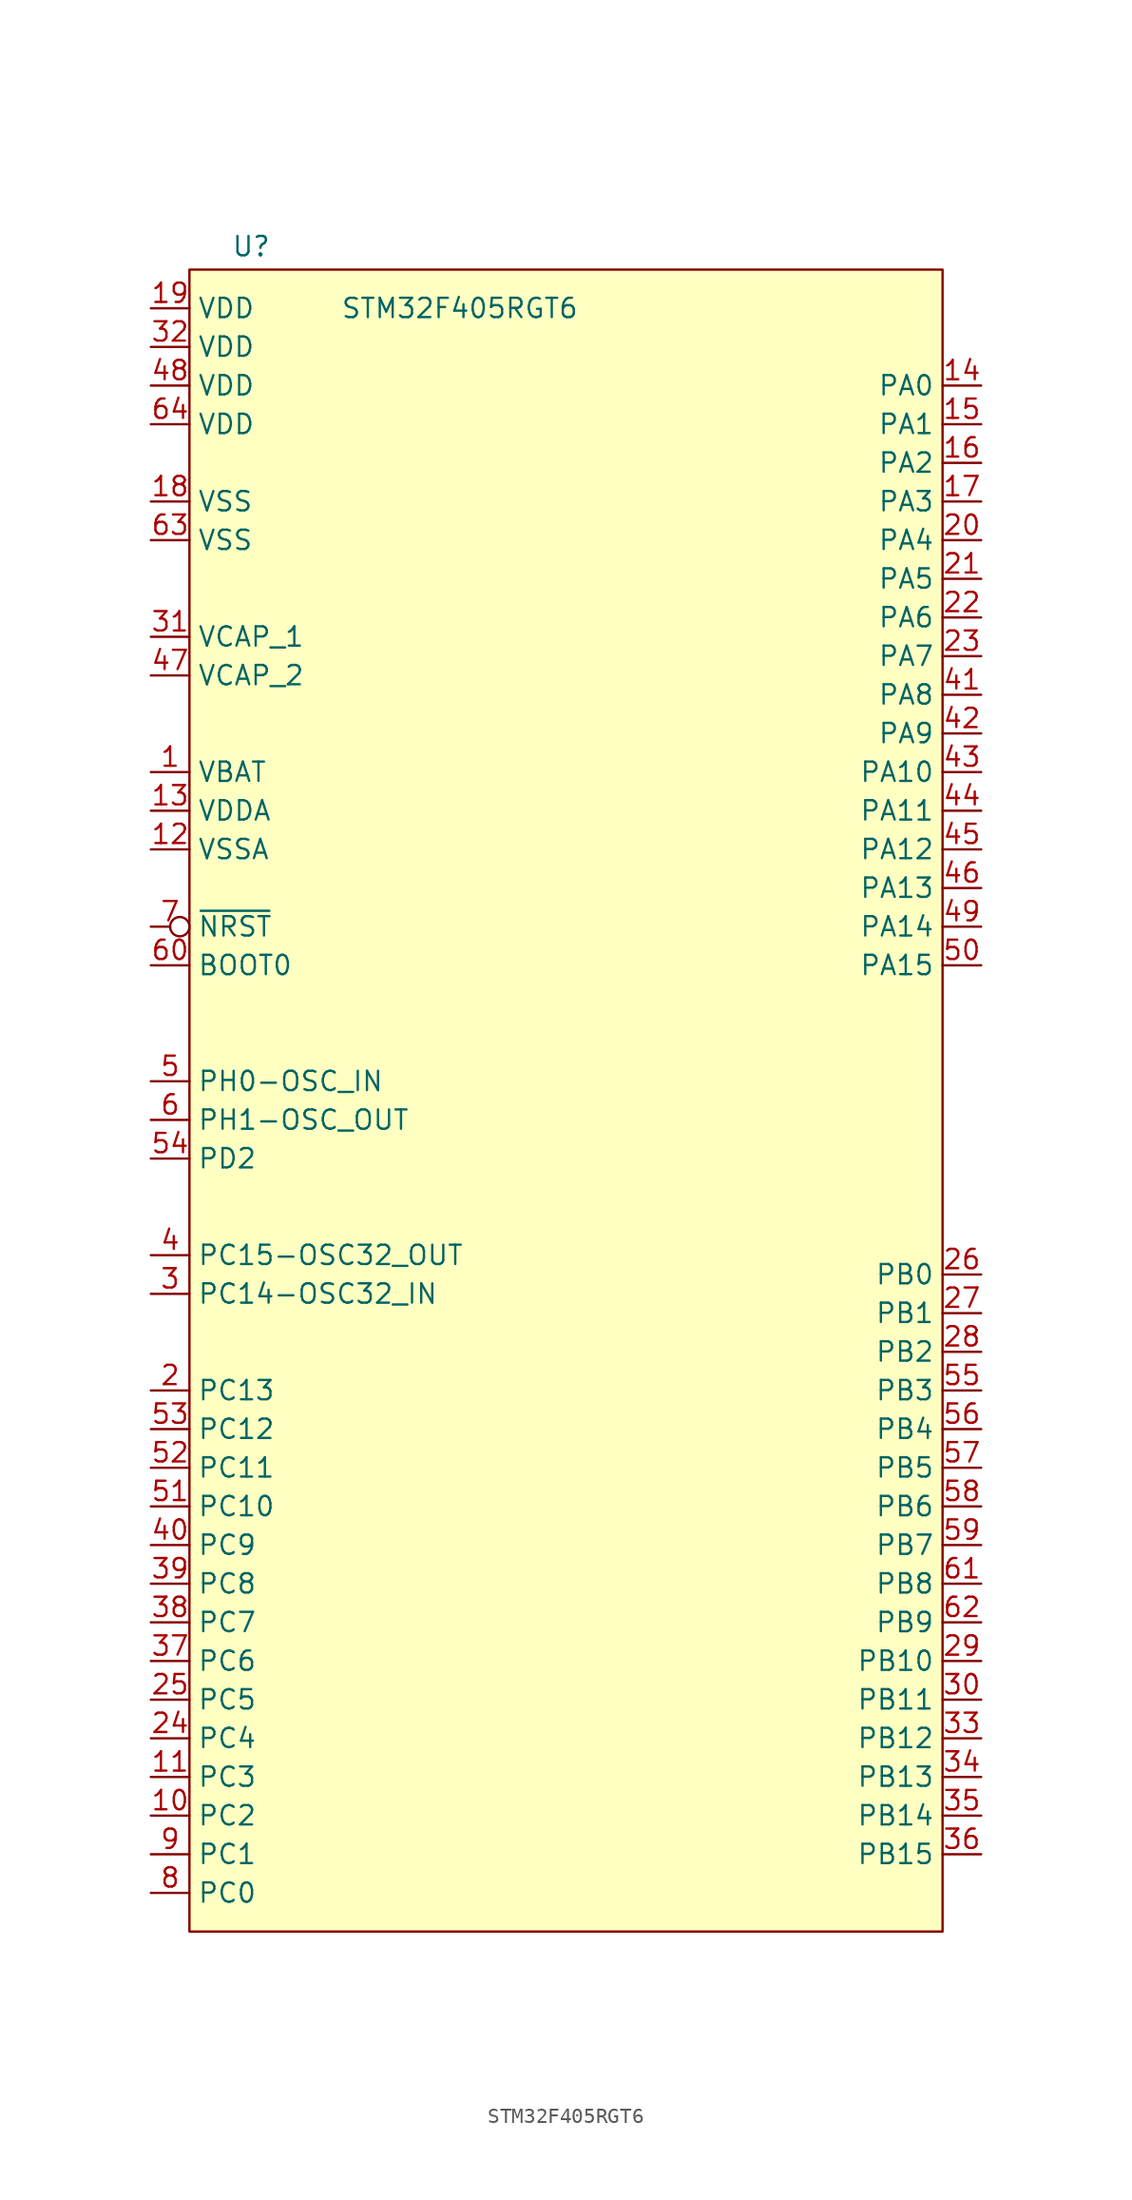
<source format=kicad_sym>
(kicad_symbol_lib
  (version 20241209)
  (generator "kicad_symbol_editor")
  (generator_version "9.0")
  (symbol "STM32F405RGT6"
    (property "Reference" "U"
      (at -23.876 57.404 0)
      (do_not_autoplace)
      (effects (font (size 1.27 1.27))))
    (property "Value" "STM32F405RGT6"
      (at -10.16 53.34 0)
      (do_not_autoplace)
      (effects (font (size 1.27 1.27))))
    (symbol "STM32F405RGT6_1_0"
      (pin unspecified line (at -30.48 53.34 0) (length 2.54) (name "VDD" (effects (font (size 1.27 1.27)))) (number "19" (effects (font (size 1.27 1.27)))))
      (pin unspecified line (at -30.48 50.8 0) (length 2.54) (name "VDD" (effects (font (size 1.27 1.27)))) (number "32" (effects (font (size 1.27 1.27)))))
      (pin unspecified line (at -30.48 48.26 0) (length 2.54) (name "VDD" (effects (font (size 1.27 1.27)))) (number "48" (effects (font (size 1.27 1.27)))))
      (pin unspecified line (at -30.48 45.72 0) (length 2.54) (name "VDD" (effects (font (size 1.27 1.27)))) (number "64" (effects (font (size 1.27 1.27)))))
      (pin unspecified line (at -30.48 40.64 0) (length 2.54) (name "VSS" (effects (font (size 1.27 1.27)))) (number "18" (effects (font (size 1.27 1.27)))))
      (pin unspecified line (at -30.48 38.1 0) (length 2.54) (name "VSS" (effects (font (size 1.27 1.27)))) (number "63" (effects (font (size 1.27 1.27)))))
      (pin unspecified line (at -30.48 31.75 0) (length 2.54) (name "VCAP_1" (effects (font (size 1.27 1.27)))) (number "31" (effects (font (size 1.27 1.27)))))
      (pin unspecified line (at -30.48 29.21 0) (length 2.54) (name "VCAP_2" (effects (font (size 1.27 1.27)))) (number "47" (effects (font (size 1.27 1.27)))))
      (pin unspecified line (at -30.48 22.86 0) (length 2.54) (name "VBAT" (effects (font (size 1.27 1.27)))) (number "1" (effects (font (size 1.27 1.27)))))
      (pin unspecified line (at -30.48 20.32 0) (length 2.54) (name "VDDA" (effects (font (size 1.27 1.27)))) (number "13" (effects (font (size 1.27 1.27)))))
      (pin unspecified line (at -30.48 17.78 0) (length 2.54) (name "VSSA" (effects (font (size 1.27 1.27)))) (number "12" (effects (font (size 1.27 1.27)))))
      (pin unspecified inverted (at -30.48 12.7 0) (length 2.54) (name "~{NRST}" (effects (font (size 1.27 1.27)))) (number "7" (effects (font (size 1.27 1.27)))))
      (pin unspecified line (at -30.48 10.16 0) (length 2.54) (name "BOOT0" (effects (font (size 1.27 1.27)))) (number "60" (effects (font (size 1.27 1.27)))))
      (pin unspecified line (at -30.48 2.54 0) (length 2.54) (name "PH0-OSC_IN" (effects (font (size 1.27 1.27)))) (number "5" (effects (font (size 1.27 1.27)))))
      (pin unspecified line (at -30.48 0 0) (length 2.54) (name "PH1-OSC_OUT" (effects (font (size 1.27 1.27)))) (number "6" (effects (font (size 1.27 1.27)))))
      (pin unspecified line (at -30.48 -2.54 0) (length 2.54) (name "PD2" (effects (font (size 1.27 1.27)))) (number "54" (effects (font (size 1.27 1.27)))))
      (pin unspecified line (at -30.48 -8.89 0) (length 2.54) (name "PC15-OSC32_OUT" (effects (font (size 1.27 1.27)))) (number "4" (effects (font (size 1.27 1.27)))))
      (pin unspecified line (at -30.48 -11.43 0) (length 2.54) (name "PC14-OSC32_IN" (effects (font (size 1.27 1.27)))) (number "3" (effects (font (size 1.27 1.27)))))
      (pin unspecified line (at -30.48 -17.78 0) (length 2.54) (name "PC13" (effects (font (size 1.27 1.27)))) (number "2" (effects (font (size 1.27 1.27)))))
      (pin unspecified line (at -30.48 -20.32 0) (length 2.54) (name "PC12" (effects (font (size 1.27 1.27)))) (number "53" (effects (font (size 1.27 1.27)))))
      (pin unspecified line (at -30.48 -22.86 0) (length 2.54) (name "PC11" (effects (font (size 1.27 1.27)))) (number "52" (effects (font (size 1.27 1.27)))))
      (pin unspecified line (at -30.48 -25.4 0) (length 2.54) (name "PC10" (effects (font (size 1.27 1.27)))) (number "51" (effects (font (size 1.27 1.27)))))
      (pin unspecified line (at -30.48 -27.94 0) (length 2.54) (name "PC9" (effects (font (size 1.27 1.27)))) (number "40" (effects (font (size 1.27 1.27)))))
      (pin unspecified line (at -30.48 -30.48 0) (length 2.54) (name "PC8" (effects (font (size 1.27 1.27)))) (number "39" (effects (font (size 1.27 1.27)))))
      (pin unspecified line (at -30.48 -33.02 0) (length 2.54) (name "PC7" (effects (font (size 1.27 1.27)))) (number "38" (effects (font (size 1.27 1.27)))))
      (pin unspecified line (at -30.48 -35.56 0) (length 2.54) (name "PC6" (effects (font (size 1.27 1.27)))) (number "37" (effects (font (size 1.27 1.27)))))
      (pin unspecified line (at -30.48 -38.1 0) (length 2.54) (name "PC5" (effects (font (size 1.27 1.27)))) (number "25" (effects (font (size 1.27 1.27)))))
      (pin unspecified line (at -30.48 -40.64 0) (length 2.54) (name "PC4" (effects (font (size 1.27 1.27)))) (number "24" (effects (font (size 1.27 1.27)))))
      (pin unspecified line (at -30.48 -43.18 0) (length 2.54) (name "PC3" (effects (font (size 1.27 1.27)))) (number "11" (effects (font (size 1.27 1.27)))))
      (pin unspecified line (at -30.48 -45.72 0) (length 2.54) (name "PC2" (effects (font (size 1.27 1.27)))) (number "10" (effects (font (size 1.27 1.27)))))
      (pin unspecified line (at -30.48 -48.26 0) (length 2.54) (name "PC1" (effects (font (size 1.27 1.27)))) (number "9" (effects (font (size 1.27 1.27)))))
      (pin unspecified line (at -30.48 -50.8 0) (length 2.54) (name "PC0" (effects (font (size 1.27 1.27)))) (number "8" (effects (font (size 1.27 1.27)))))
      (pin unspecified line (at 24.13 48.26 180) (length 2.54) (name "PA0" (effects (font (size 1.27 1.27)))) (number "14" (effects (font (size 1.27 1.27)))))
      (pin unspecified line (at 24.13 45.72 180) (length 2.54) (name "PA1" (effects (font (size 1.27 1.27)))) (number "15" (effects (font (size 1.27 1.27)))))
      (pin unspecified line (at 24.13 43.18 180) (length 2.54) (name "PA2" (effects (font (size 1.27 1.27)))) (number "16" (effects (font (size 1.27 1.27)))))
      (pin unspecified line (at 24.13 40.64 180) (length 2.54) (name "PA3" (effects (font (size 1.27 1.27)))) (number "17" (effects (font (size 1.27 1.27)))))
      (pin unspecified line (at 24.13 38.1 180) (length 2.54) (name "PA4" (effects (font (size 1.27 1.27)))) (number "20" (effects (font (size 1.27 1.27)))))
      (pin unspecified line (at 24.13 35.56 180) (length 2.54) (name "PA5" (effects (font (size 1.27 1.27)))) (number "21" (effects (font (size 1.27 1.27)))))
      (pin unspecified line (at 24.13 33.02 180) (length 2.54) (name "PA6" (effects (font (size 1.27 1.27)))) (number "22" (effects (font (size 1.27 1.27)))))
      (pin unspecified line (at 24.13 30.48 180) (length 2.54) (name "PA7" (effects (font (size 1.27 1.27)))) (number "23" (effects (font (size 1.27 1.27)))))
      (pin unspecified line (at 24.13 27.94 180) (length 2.54) (name "PA8" (effects (font (size 1.27 1.27)))) (number "41" (effects (font (size 1.27 1.27)))))
      (pin unspecified line (at 24.13 25.4 180) (length 2.54) (name "PA9" (effects (font (size 1.27 1.27)))) (number "42" (effects (font (size 1.27 1.27)))))
      (pin unspecified line (at 24.13 22.86 180) (length 2.54) (name "PA10" (effects (font (size 1.27 1.27)))) (number "43" (effects (font (size 1.27 1.27)))))
      (pin unspecified line (at 24.13 20.32 180) (length 2.54) (name "PA11" (effects (font (size 1.27 1.27)))) (number "44" (effects (font (size 1.27 1.27)))))
      (pin unspecified line (at 24.13 17.78 180) (length 2.54) (name "PA12" (effects (font (size 1.27 1.27)))) (number "45" (effects (font (size 1.27 1.27)))))
      (pin unspecified line (at 24.13 15.24 180) (length 2.54) (name "PA13" (effects (font (size 1.27 1.27)))) (number "46" (effects (font (size 1.27 1.27)))))
      (pin unspecified line (at 24.13 12.7 180) (length 2.54) (name "PA14" (effects (font (size 1.27 1.27)))) (number "49" (effects (font (size 1.27 1.27)))))
      (pin unspecified line (at 24.13 10.16 180) (length 2.54) (name "PA15" (effects (font (size 1.27 1.27)))) (number "50" (effects (font (size 1.27 1.27)))))
      (pin unspecified line (at 24.13 -10.16 180) (length 2.54) (name "PB0" (effects (font (size 1.27 1.27)))) (number "26" (effects (font (size 1.27 1.27)))))
      (pin unspecified line (at 24.13 -12.7 180) (length 2.54) (name "PB1" (effects (font (size 1.27 1.27)))) (number "27" (effects (font (size 1.27 1.27)))))
      (pin unspecified line (at 24.13 -15.24 180) (length 2.54) (name "PB2" (effects (font (size 1.27 1.27)))) (number "28" (effects (font (size 1.27 1.27)))))
      (pin unspecified line (at 24.13 -17.78 180) (length 2.54) (name "PB3" (effects (font (size 1.27 1.27)))) (number "55" (effects (font (size 1.27 1.27)))))
      (pin unspecified line (at 24.13 -20.32 180) (length 2.54) (name "PB4" (effects (font (size 1.27 1.27)))) (number "56" (effects (font (size 1.27 1.27)))))
      (pin unspecified line (at 24.13 -22.86 180) (length 2.54) (name "PB5" (effects (font (size 1.27 1.27)))) (number "57" (effects (font (size 1.27 1.27)))))
      (pin unspecified line (at 24.13 -25.4 180) (length 2.54) (name "PB6" (effects (font (size 1.27 1.27)))) (number "58" (effects (font (size 1.27 1.27)))))
      (pin unspecified line (at 24.13 -27.94 180) (length 2.54) (name "PB7" (effects (font (size 1.27 1.27)))) (number "59" (effects (font (size 1.27 1.27)))))
      (pin unspecified line (at 24.13 -30.48 180) (length 2.54) (name "PB8" (effects (font (size 1.27 1.27)))) (number "61" (effects (font (size 1.27 1.27)))))
      (pin unspecified line (at 24.13 -33.02 180) (length 2.54) (name "PB9" (effects (font (size 1.27 1.27)))) (number "62" (effects (font (size 1.27 1.27)))))
      (pin unspecified line (at 24.13 -35.56 180) (length 2.54) (name "PB10" (effects (font (size 1.27 1.27)))) (number "29" (effects (font (size 1.27 1.27)))))
      (pin unspecified line (at 24.13 -38.1 180) (length 2.54) (name "PB11" (effects (font (size 1.27 1.27)))) (number "30" (effects (font (size 1.27 1.27)))))
      (pin unspecified line (at 24.13 -40.64 180) (length 2.54) (name "PB12" (effects (font (size 1.27 1.27)))) (number "33" (effects (font (size 1.27 1.27)))))
      (pin unspecified line (at 24.13 -43.18 180) (length 2.54) (name "PB13" (effects (font (size 1.27 1.27)))) (number "34" (effects (font (size 1.27 1.27)))))
      (pin unspecified line (at 24.13 -45.72 180) (length 2.54) (name "PB14" (effects (font (size 1.27 1.27)))) (number "35" (effects (font (size 1.27 1.27)))))
      (pin unspecified line (at 24.13 -48.26 180) (length 2.54) (name "PB15" (effects (font (size 1.27 1.27)))) (number "36" (effects (font (size 1.27 1.27))))))
    (symbol "STM32F405RGT6_1_1"
      (rectangle (start -27.94 55.88) (end 21.59 -53.34) (stroke (width 0) (type solid) (color 132 0 0 1)) (fill (type color) (color 255 255 194 1))))))
</source>
